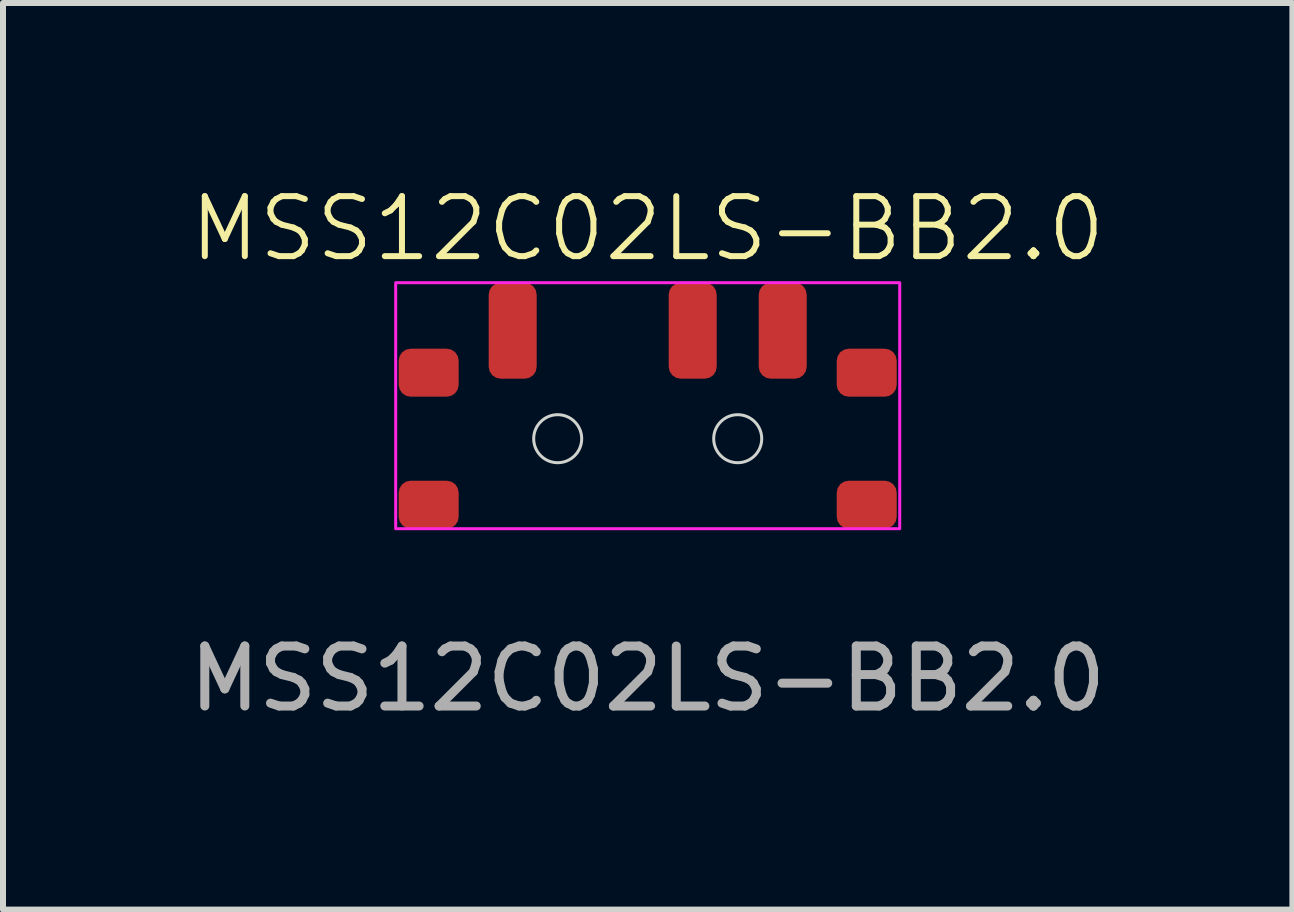
<source format=kicad_pcb>
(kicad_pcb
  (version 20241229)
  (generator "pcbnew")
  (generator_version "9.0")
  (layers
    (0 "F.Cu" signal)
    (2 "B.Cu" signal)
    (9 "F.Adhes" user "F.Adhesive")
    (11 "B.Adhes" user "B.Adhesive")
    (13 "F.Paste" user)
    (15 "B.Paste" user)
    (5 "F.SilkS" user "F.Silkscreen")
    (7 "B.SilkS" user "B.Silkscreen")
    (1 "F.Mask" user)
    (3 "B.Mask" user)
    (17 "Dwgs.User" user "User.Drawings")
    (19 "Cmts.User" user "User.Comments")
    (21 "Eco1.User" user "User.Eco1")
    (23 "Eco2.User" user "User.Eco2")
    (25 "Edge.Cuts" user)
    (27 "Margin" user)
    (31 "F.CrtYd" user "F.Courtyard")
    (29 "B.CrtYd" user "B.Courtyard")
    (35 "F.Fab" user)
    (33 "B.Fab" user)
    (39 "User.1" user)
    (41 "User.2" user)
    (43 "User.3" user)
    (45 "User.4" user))
  (footprint "MSS12C02LS-BB2.0"
    (layer "F.Cu")
    (at 7.744 4.261)
    (property "Reference" "MSS12C02LS-BB2.0" (at 0 -3.5 0) (unlocked yes) (layer "F.SilkS") (effects (font (size 1 1) (thickness 0.1))))
    (attr smd)
    (fp_circle (center -1.5 0) (end -1.1 0) (stroke (width 0.05) (type default)) (fill no) (layer "Edge.Cuts"))
    (fp_circle (center 1.5 0) (end 1.9 0) (stroke (width 0.05) (type default)) (fill no) (layer "Edge.Cuts"))
    (fp_rect (start -4.2 -2.6) (end 4.2 1.5) (stroke (width 0.05) (type default)) (fill no) (layer "F.CrtYd"))
    (fp_text user "${REFERENCE}" (at 0 4 0) (unlocked yes) (layer "F.Fab") (effects (font (size 1 1) (thickness 0.15))))
    (pad "1" smd roundrect (at -2.25 -1.8) (size 0.8 1.6) (layers "F.Cu" "F.Mask" "F.Paste") (roundrect_rratio 0.25))
    (pad "2" smd roundrect (at 0.75 -1.8) (size 0.8 1.6) (layers "F.Cu" "F.Mask" "F.Paste") (roundrect_rratio 0.25))
    (pad "3" smd roundrect (at 2.25 -1.8) (size 0.8 1.6) (layers "F.Cu" "F.Mask" "F.Paste") (roundrect_rratio 0.25))
    (pad "MP" smd roundrect (at -3.65 -1.1) (size 1 0.8) (layers "F.Cu" "F.Mask" "F.Paste") (roundrect_rratio 0.25))
    (pad "MP" smd roundrect (at -3.65 1.1) (size 1 0.8) (layers "F.Cu" "F.Mask" "F.Paste") (roundrect_rratio 0.25))
    (pad "MP" smd roundrect (at 3.65 -1.1) (size 1 0.8) (layers "F.Cu" "F.Mask" "F.Paste") (roundrect_rratio 0.25))
    (pad "MP" smd roundrect (at 3.65 1.1) (size 1 0.8) (layers "F.Cu" "F.Mask" "F.Paste") (roundrect_rratio 0.25)))
  (gr_rect
    (start -3 -3)
    (end 18.488 12.109)
    (stroke (width 0.1) (type default))
    (fill no)
    (layer "Edge.Cuts")))
</source>
